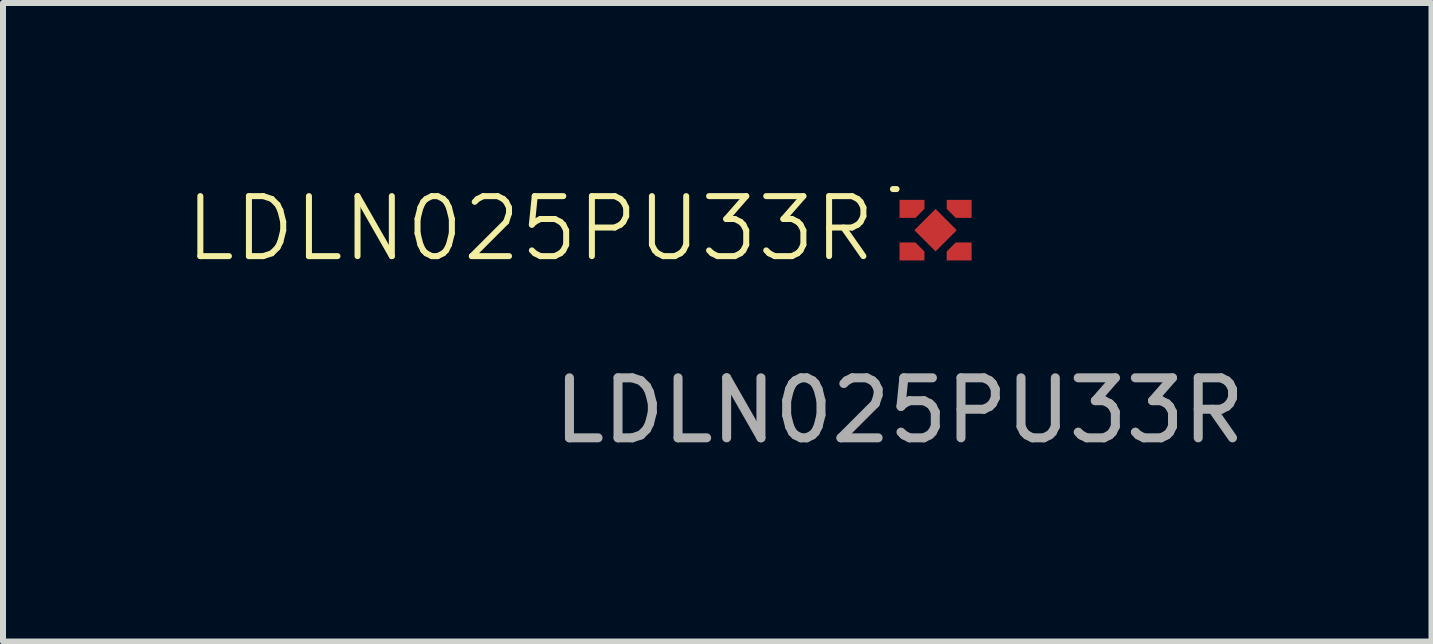
<source format=kicad_pcb>
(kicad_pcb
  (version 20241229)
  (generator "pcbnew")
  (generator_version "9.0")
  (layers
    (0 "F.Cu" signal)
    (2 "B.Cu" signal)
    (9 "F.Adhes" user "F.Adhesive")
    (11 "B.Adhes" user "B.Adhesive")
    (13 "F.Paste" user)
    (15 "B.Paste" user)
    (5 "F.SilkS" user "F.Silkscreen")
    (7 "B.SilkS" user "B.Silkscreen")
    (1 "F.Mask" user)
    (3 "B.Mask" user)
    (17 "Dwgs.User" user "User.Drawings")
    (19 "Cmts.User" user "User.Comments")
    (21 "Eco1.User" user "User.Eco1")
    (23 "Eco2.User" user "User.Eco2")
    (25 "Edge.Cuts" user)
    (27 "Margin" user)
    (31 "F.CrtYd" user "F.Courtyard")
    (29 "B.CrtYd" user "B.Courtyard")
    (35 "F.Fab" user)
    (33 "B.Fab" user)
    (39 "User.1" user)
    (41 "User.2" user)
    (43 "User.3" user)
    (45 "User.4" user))
  (footprint "LDLN025PU33R"
    (layer "F.Cu")
    (at 11.938 1.29)
    (property "Reference" "LDLN025PU33R" (at -6.15 -0.53 0) (unlocked yes) (layer "F.SilkS") (effects (font (size 1 1) (thickness 0.1))))
    (attr smd)
    (fp_line (start -0.11 -1.19) (end -0.05 -1.19) (stroke (width 0.1) (type default)) (layer "F.SilkS"))
    (fp_text user "${REFERENCE}" (at 0 2.5 0) (unlocked yes) (layer "F.Fab") (effects (font (size 1 1) (thickness 0.15))))
    (pad "1" smd roundrect (at 0.207 -0.86) (size 0.415 0.3) (layers "F.Cu" "F.Mask" "F.Paste") (roundrect_rratio 0) (chamfer_ratio 0.5) (chamfer bottom_right))
    (pad "2" smd roundrect (at 0.207 -0.15) (size 0.415 0.3) (layers "F.Cu" "F.Mask" "F.Paste") (roundrect_rratio 0) (chamfer_ratio 0.5) (chamfer top_right))
    (pad "2" smd rect (at 0.6 -0.505 45) (size 0.5 0.5) (layers "F.Cu" "F.Mask" "F.Paste"))
    (pad "3" smd roundrect (at 0.993 -0.15) (size 0.415 0.3) (layers "F.Cu" "F.Mask" "F.Paste") (roundrect_rratio 0) (chamfer_ratio 0.5) (chamfer top_left))
    (pad "4" smd roundrect (at 0.993 -0.86) (size 0.415 0.3) (layers "F.Cu" "F.Mask" "F.Paste") (roundrect_rratio 0) (chamfer_ratio 0.5) (chamfer bottom_left)))
  (gr_rect
    (start -3 -3)
    (end 20.801 7.639)
    (stroke (width 0.1) (type default))
    (fill no)
    (layer "Edge.Cuts")))
</source>
